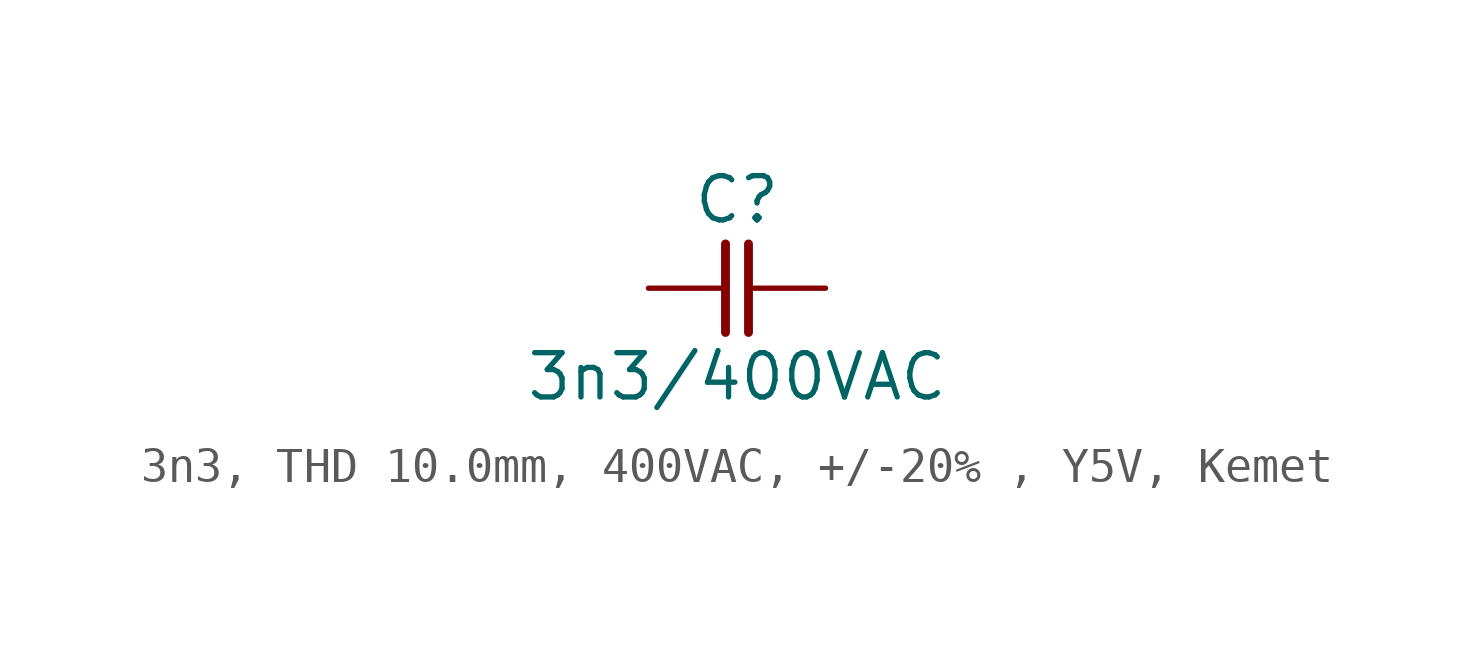
<source format=kicad_sym>
(kicad_symbol_lib
  (version 20220914)
  (generator kicad_symbol_editor)
  (symbol "3n3, THD 10.0mm, 400VAC, +/-20% , Y5V, Kemet"
    (pin_numbers hide)
    (pin_names
      (offset 0) hide)
    (property "Reference" "C"
      (at 0 2.54 0)
      (effects (font (size 1.27 1.27))))
    (property "Value" "3n3/400VAC"
      (at 0 -2.54 0)
      (effects (font (size 1.27 1.27))))
    (symbol "3n3, THD 10.0mm, 400VAC, +/-20% , Y5V, Kemet_0_1"
      (polyline (pts (xy -0.33 1.27) (xy -0.33 -1.27)) (stroke (width 0.254) (type default)) (fill (type none)))
      (polyline (pts (xy 0.33 1.27) (xy 0.33 -1.27)) (stroke (width 0.254) (type default)) (fill (type none))))
    (symbol "3n3, THD 10.0mm, 400VAC, +/-20% , Y5V, Kemet_1_1"
      (pin passive line (at -2.54 0 0) (length 2.21) (name "1" (effects (font (size 1.27 1.27)))) (number "1" (effects (font (size 1.27 1.27)))))
      (pin passive line (at 2.54 0 180) (length 2.21) (name "2" (effects (font (size 1.27 1.27)))) (number "2" (effects (font (size 1.27 1.27))))))))
</source>
